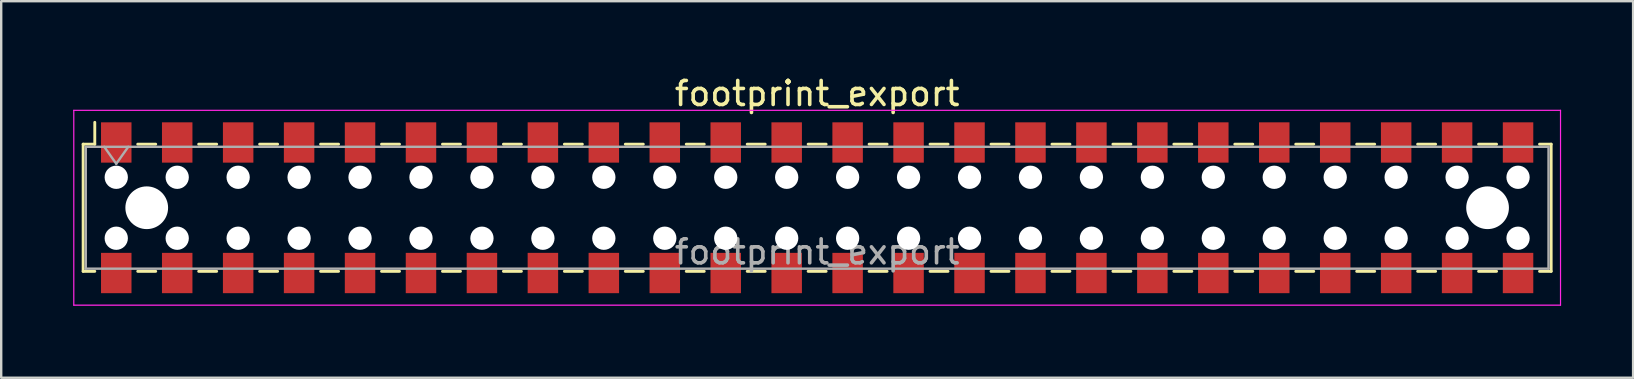
<source format=kicad_pcb>
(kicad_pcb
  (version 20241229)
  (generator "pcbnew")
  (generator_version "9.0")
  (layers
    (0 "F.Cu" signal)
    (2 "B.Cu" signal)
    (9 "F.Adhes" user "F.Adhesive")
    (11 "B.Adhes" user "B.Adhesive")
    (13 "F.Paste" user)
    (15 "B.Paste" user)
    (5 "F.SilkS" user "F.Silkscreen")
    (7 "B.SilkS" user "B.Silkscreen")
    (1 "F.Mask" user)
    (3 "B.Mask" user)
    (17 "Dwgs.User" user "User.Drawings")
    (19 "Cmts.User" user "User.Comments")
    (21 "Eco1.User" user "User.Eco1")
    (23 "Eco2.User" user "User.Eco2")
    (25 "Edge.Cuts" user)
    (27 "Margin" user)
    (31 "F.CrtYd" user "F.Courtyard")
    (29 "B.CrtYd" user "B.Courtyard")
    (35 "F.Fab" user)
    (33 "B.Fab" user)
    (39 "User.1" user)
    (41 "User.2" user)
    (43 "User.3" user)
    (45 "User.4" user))
  (footprint "footprint_export"
    (layer "F.Cu")
    (at 31.005 5.608)
    (property "Reference" "footprint_export" (at 0 -4.76 0) (layer "F.SilkS") (effects (font (size 1 1) (thickness 0.15))))
    (attr smd)
    (fp_line (start -30.59 -2.65) (end -30.59 2.65) (stroke (width 0.12) (type solid)) (layer "F.SilkS"))
    (fp_line (start -30.59 2.65) (end -30.105 2.65) (stroke (width 0.12) (type solid)) (layer "F.SilkS"))
    (fp_line (start -30.105 -3.56) (end -30.105 -2.65) (stroke (width 0.12) (type solid)) (layer "F.SilkS"))
    (fp_line (start -30.105 -2.65) (end -30.59 -2.65) (stroke (width 0.12) (type solid)) (layer "F.SilkS"))
    (fp_line (start -28.315 -2.65) (end -27.565 -2.65) (stroke (width 0.12) (type solid)) (layer "F.SilkS"))
    (fp_line (start -28.315 2.65) (end -27.565 2.65) (stroke (width 0.12) (type solid)) (layer "F.SilkS"))
    (fp_line (start -25.775 -2.65) (end -25.025 -2.65) (stroke (width 0.12) (type solid)) (layer "F.SilkS"))
    (fp_line (start -25.775 2.65) (end -25.025 2.65) (stroke (width 0.12) (type solid)) (layer "F.SilkS"))
    (fp_line (start -23.235 -2.65) (end -22.485 -2.65) (stroke (width 0.12) (type solid)) (layer "F.SilkS"))
    (fp_line (start -23.235 2.65) (end -22.485 2.65) (stroke (width 0.12) (type solid)) (layer "F.SilkS"))
    (fp_line (start -20.695 -2.65) (end -19.945 -2.65) (stroke (width 0.12) (type solid)) (layer "F.SilkS"))
    (fp_line (start -20.695 2.65) (end -19.945 2.65) (stroke (width 0.12) (type solid)) (layer "F.SilkS"))
    (fp_line (start -18.155 -2.65) (end -17.405 -2.65) (stroke (width 0.12) (type solid)) (layer "F.SilkS"))
    (fp_line (start -18.155 2.65) (end -17.405 2.65) (stroke (width 0.12) (type solid)) (layer "F.SilkS"))
    (fp_line (start -15.615 -2.65) (end -14.865 -2.65) (stroke (width 0.12) (type solid)) (layer "F.SilkS"))
    (fp_line (start -15.615 2.65) (end -14.865 2.65) (stroke (width 0.12) (type solid)) (layer "F.SilkS"))
    (fp_line (start -13.075 -2.65) (end -12.325 -2.65) (stroke (width 0.12) (type solid)) (layer "F.SilkS"))
    (fp_line (start -13.075 2.65) (end -12.325 2.65) (stroke (width 0.12) (type solid)) (layer "F.SilkS"))
    (fp_line (start -10.535 -2.65) (end -9.785 -2.65) (stroke (width 0.12) (type solid)) (layer "F.SilkS"))
    (fp_line (start -10.535 2.65) (end -9.785 2.65) (stroke (width 0.12) (type solid)) (layer "F.SilkS"))
    (fp_line (start -7.995 -2.65) (end -7.245 -2.65) (stroke (width 0.12) (type solid)) (layer "F.SilkS"))
    (fp_line (start -7.995 2.65) (end -7.245 2.65) (stroke (width 0.12) (type solid)) (layer "F.SilkS"))
    (fp_line (start -5.455 -2.65) (end -4.705 -2.65) (stroke (width 0.12) (type solid)) (layer "F.SilkS"))
    (fp_line (start -5.455 2.65) (end -4.705 2.65) (stroke (width 0.12) (type solid)) (layer "F.SilkS"))
    (fp_line (start -2.915 -2.65) (end -2.165 -2.65) (stroke (width 0.12) (type solid)) (layer "F.SilkS"))
    (fp_line (start -2.915 2.65) (end -2.165 2.65) (stroke (width 0.12) (type solid)) (layer "F.SilkS"))
    (fp_line (start -0.375 -2.65) (end 0.375 -2.65) (stroke (width 0.12) (type solid)) (layer "F.SilkS"))
    (fp_line (start -0.375 2.65) (end 0.375 2.65) (stroke (width 0.12) (type solid)) (layer "F.SilkS"))
    (fp_line (start 2.165 -2.65) (end 2.915 -2.65) (stroke (width 0.12) (type solid)) (layer "F.SilkS"))
    (fp_line (start 2.165 2.65) (end 2.915 2.65) (stroke (width 0.12) (type solid)) (layer "F.SilkS"))
    (fp_line (start 4.705 -2.65) (end 5.455 -2.65) (stroke (width 0.12) (type solid)) (layer "F.SilkS"))
    (fp_line (start 4.705 2.65) (end 5.455 2.65) (stroke (width 0.12) (type solid)) (layer "F.SilkS"))
    (fp_line (start 7.245 -2.65) (end 7.995 -2.65) (stroke (width 0.12) (type solid)) (layer "F.SilkS"))
    (fp_line (start 7.245 2.65) (end 7.995 2.65) (stroke (width 0.12) (type solid)) (layer "F.SilkS"))
    (fp_line (start 9.785 -2.65) (end 10.535 -2.65) (stroke (width 0.12) (type solid)) (layer "F.SilkS"))
    (fp_line (start 9.785 2.65) (end 10.535 2.65) (stroke (width 0.12) (type solid)) (layer "F.SilkS"))
    (fp_line (start 12.325 -2.65) (end 13.075 -2.65) (stroke (width 0.12) (type solid)) (layer "F.SilkS"))
    (fp_line (start 12.325 2.65) (end 13.075 2.65) (stroke (width 0.12) (type solid)) (layer "F.SilkS"))
    (fp_line (start 14.865 -2.65) (end 15.615 -2.65) (stroke (width 0.12) (type solid)) (layer "F.SilkS"))
    (fp_line (start 14.865 2.65) (end 15.615 2.65) (stroke (width 0.12) (type solid)) (layer "F.SilkS"))
    (fp_line (start 17.405 -2.65) (end 18.155 -2.65) (stroke (width 0.12) (type solid)) (layer "F.SilkS"))
    (fp_line (start 17.405 2.65) (end 18.155 2.65) (stroke (width 0.12) (type solid)) (layer "F.SilkS"))
    (fp_line (start 19.945 -2.65) (end 20.695 -2.65) (stroke (width 0.12) (type solid)) (layer "F.SilkS"))
    (fp_line (start 19.945 2.65) (end 20.695 2.65) (stroke (width 0.12) (type solid)) (layer "F.SilkS"))
    (fp_line (start 22.485 -2.65) (end 23.235 -2.65) (stroke (width 0.12) (type solid)) (layer "F.SilkS"))
    (fp_line (start 22.485 2.65) (end 23.235 2.65) (stroke (width 0.12) (type solid)) (layer "F.SilkS"))
    (fp_line (start 25.025 -2.65) (end 25.775 -2.65) (stroke (width 0.12) (type solid)) (layer "F.SilkS"))
    (fp_line (start 25.025 2.65) (end 25.775 2.65) (stroke (width 0.12) (type solid)) (layer "F.SilkS"))
    (fp_line (start 27.565 -2.65) (end 28.315 -2.65) (stroke (width 0.12) (type solid)) (layer "F.SilkS"))
    (fp_line (start 27.565 2.65) (end 28.315 2.65) (stroke (width 0.12) (type solid)) (layer "F.SilkS"))
    (fp_line (start 30.105 -2.65) (end 30.59 -2.65) (stroke (width 0.12) (type solid)) (layer "F.SilkS"))
    (fp_line (start 30.59 -2.65) (end 30.59 2.65) (stroke (width 0.12) (type solid)) (layer "F.SilkS"))
    (fp_line (start 30.59 2.65) (end 30.105 2.65) (stroke (width 0.12) (type solid)) (layer "F.SilkS"))
    (fp_line (start -30.98 -4.06) (end 30.98 -4.06) (stroke (width 0.05) (type solid)) (layer "F.CrtYd"))
    (fp_line (start -30.98 4.06) (end -30.98 -4.06) (stroke (width 0.05) (type solid)) (layer "F.CrtYd"))
    (fp_line (start 30.98 -4.06) (end 30.98 4.06) (stroke (width 0.05) (type solid)) (layer "F.CrtYd"))
    (fp_line (start 30.98 4.06) (end -30.98 4.06) (stroke (width 0.05) (type solid)) (layer "F.CrtYd"))
    (fp_line (start -30.48 -2.54) (end 30.48 -2.54) (stroke (width 0.1) (type solid)) (layer "F.Fab"))
    (fp_line (start -30.48 2.54) (end -30.48 -2.54) (stroke (width 0.1) (type solid)) (layer "F.Fab"))
    (fp_line (start -29.71 -2.54) (end -29.21 -1.833) (stroke (width 0.1) (type solid)) (layer "F.Fab"))
    (fp_line (start -29.21 -1.833) (end -28.71 -2.54) (stroke (width 0.1) (type solid)) (layer "F.Fab"))
    (fp_line (start 30.48 -2.54) (end 30.48 2.54) (stroke (width 0.1) (type solid)) (layer "F.Fab"))
    (fp_line (start 30.48 2.54) (end -30.48 2.54) (stroke (width 0.1) (type solid)) (layer "F.Fab"))
    (fp_text user "${REFERENCE}" (at 0 1.84 0) (layer "F.Fab") (effects (font (size 1 1) (thickness 0.15))))
    (pad "" np_thru_hole circle (at -29.21 -1.27) (size 0.97 0.97) (drill 0.97) (layers "*.Cu" "*.Mask"))
    (pad "" np_thru_hole circle (at -29.21 1.27) (size 0.97 0.97) (drill 0.97) (layers "*.Cu" "*.Mask"))
    (pad "" np_thru_hole circle (at -27.94 0) (size 1.78 1.78) (drill 1.78) (layers "*.Cu" "*.Mask"))
    (pad "" np_thru_hole circle (at -26.67 -1.27) (size 0.97 0.97) (drill 0.97) (layers "*.Cu" "*.Mask"))
    (pad "" np_thru_hole circle (at -26.67 1.27) (size 0.97 0.97) (drill 0.97) (layers "*.Cu" "*.Mask"))
    (pad "" np_thru_hole circle (at -24.13 -1.27) (size 0.97 0.97) (drill 0.97) (layers "*.Cu" "*.Mask"))
    (pad "" np_thru_hole circle (at -24.13 1.27) (size 0.97 0.97) (drill 0.97) (layers "*.Cu" "*.Mask"))
    (pad "" np_thru_hole circle (at -21.59 -1.27) (size 0.97 0.97) (drill 0.97) (layers "*.Cu" "*.Mask"))
    (pad "" np_thru_hole circle (at -21.59 1.27) (size 0.97 0.97) (drill 0.97) (layers "*.Cu" "*.Mask"))
    (pad "" np_thru_hole circle (at -19.05 -1.27) (size 0.97 0.97) (drill 0.97) (layers "*.Cu" "*.Mask"))
    (pad "" np_thru_hole circle (at -19.05 1.27) (size 0.97 0.97) (drill 0.97) (layers "*.Cu" "*.Mask"))
    (pad "" np_thru_hole circle (at -16.51 -1.27) (size 0.97 0.97) (drill 0.97) (layers "*.Cu" "*.Mask"))
    (pad "" np_thru_hole circle (at -16.51 1.27) (size 0.97 0.97) (drill 0.97) (layers "*.Cu" "*.Mask"))
    (pad "" np_thru_hole circle (at -13.97 -1.27) (size 0.97 0.97) (drill 0.97) (layers "*.Cu" "*.Mask"))
    (pad "" np_thru_hole circle (at -13.97 1.27) (size 0.97 0.97) (drill 0.97) (layers "*.Cu" "*.Mask"))
    (pad "" np_thru_hole circle (at -11.43 -1.27) (size 0.97 0.97) (drill 0.97) (layers "*.Cu" "*.Mask"))
    (pad "" np_thru_hole circle (at -11.43 1.27) (size 0.97 0.97) (drill 0.97) (layers "*.Cu" "*.Mask"))
    (pad "" np_thru_hole circle (at -8.89 -1.27) (size 0.97 0.97) (drill 0.97) (layers "*.Cu" "*.Mask"))
    (pad "" np_thru_hole circle (at -8.89 1.27) (size 0.97 0.97) (drill 0.97) (layers "*.Cu" "*.Mask"))
    (pad "" np_thru_hole circle (at -6.35 -1.27) (size 0.97 0.97) (drill 0.97) (layers "*.Cu" "*.Mask"))
    (pad "" np_thru_hole circle (at -6.35 1.27) (size 0.97 0.97) (drill 0.97) (layers "*.Cu" "*.Mask"))
    (pad "" np_thru_hole circle (at -3.81 -1.27) (size 0.97 0.97) (drill 0.97) (layers "*.Cu" "*.Mask"))
    (pad "" np_thru_hole circle (at -3.81 1.27) (size 0.97 0.97) (drill 0.97) (layers "*.Cu" "*.Mask"))
    (pad "" np_thru_hole circle (at -1.27 -1.27) (size 0.97 0.97) (drill 0.97) (layers "*.Cu" "*.Mask"))
    (pad "" np_thru_hole circle (at -1.27 1.27) (size 0.97 0.97) (drill 0.97) (layers "*.Cu" "*.Mask"))
    (pad "" np_thru_hole circle (at 1.27 -1.27) (size 0.97 0.97) (drill 0.97) (layers "*.Cu" "*.Mask"))
    (pad "" np_thru_hole circle (at 1.27 1.27) (size 0.97 0.97) (drill 0.97) (layers "*.Cu" "*.Mask"))
    (pad "" np_thru_hole circle (at 3.81 -1.27) (size 0.97 0.97) (drill 0.97) (layers "*.Cu" "*.Mask"))
    (pad "" np_thru_hole circle (at 3.81 1.27) (size 0.97 0.97) (drill 0.97) (layers "*.Cu" "*.Mask"))
    (pad "" np_thru_hole circle (at 6.35 -1.27) (size 0.97 0.97) (drill 0.97) (layers "*.Cu" "*.Mask"))
    (pad "" np_thru_hole circle (at 6.35 1.27) (size 0.97 0.97) (drill 0.97) (layers "*.Cu" "*.Mask"))
    (pad "" np_thru_hole circle (at 8.89 -1.27) (size 0.97 0.97) (drill 0.97) (layers "*.Cu" "*.Mask"))
    (pad "" np_thru_hole circle (at 8.89 1.27) (size 0.97 0.97) (drill 0.97) (layers "*.Cu" "*.Mask"))
    (pad "" np_thru_hole circle (at 11.43 -1.27) (size 0.97 0.97) (drill 0.97) (layers "*.Cu" "*.Mask"))
    (pad "" np_thru_hole circle (at 11.43 1.27) (size 0.97 0.97) (drill 0.97) (layers "*.Cu" "*.Mask"))
    (pad "" np_thru_hole circle (at 13.97 -1.27) (size 0.97 0.97) (drill 0.97) (layers "*.Cu" "*.Mask"))
    (pad "" np_thru_hole circle (at 13.97 1.27) (size 0.97 0.97) (drill 0.97) (layers "*.Cu" "*.Mask"))
    (pad "" np_thru_hole circle (at 16.51 -1.27) (size 0.97 0.97) (drill 0.97) (layers "*.Cu" "*.Mask"))
    (pad "" np_thru_hole circle (at 16.51 1.27) (size 0.97 0.97) (drill 0.97) (layers "*.Cu" "*.Mask"))
    (pad "" np_thru_hole circle (at 19.05 -1.27) (size 0.97 0.97) (drill 0.97) (layers "*.Cu" "*.Mask"))
    (pad "" np_thru_hole circle (at 19.05 1.27) (size 0.97 0.97) (drill 0.97) (layers "*.Cu" "*.Mask"))
    (pad "" np_thru_hole circle (at 21.59 -1.27) (size 0.97 0.97) (drill 0.97) (layers "*.Cu" "*.Mask"))
    (pad "" np_thru_hole circle (at 21.59 1.27) (size 0.97 0.97) (drill 0.97) (layers "*.Cu" "*.Mask"))
    (pad "" np_thru_hole circle (at 24.13 -1.27) (size 0.97 0.97) (drill 0.97) (layers "*.Cu" "*.Mask"))
    (pad "" np_thru_hole circle (at 24.13 1.27) (size 0.97 0.97) (drill 0.97) (layers "*.Cu" "*.Mask"))
    (pad "" np_thru_hole circle (at 26.67 -1.27) (size 0.97 0.97) (drill 0.97) (layers "*.Cu" "*.Mask"))
    (pad "" np_thru_hole circle (at 26.67 1.27) (size 0.97 0.97) (drill 0.97) (layers "*.Cu" "*.Mask"))
    (pad "" np_thru_hole circle (at 27.94 0) (size 1.78 1.78) (drill 1.78) (layers "*.Cu" "*.Mask"))
    (pad "" np_thru_hole circle (at 29.21 -1.27) (size 0.97 0.97) (drill 0.97) (layers "*.Cu" "*.Mask"))
    (pad "" np_thru_hole circle (at 29.21 1.27) (size 0.97 0.97) (drill 0.97) (layers "*.Cu" "*.Mask"))
    (pad "1" smd rect (at -29.21 -2.72) (size 1.27 1.68) (layers "F.Cu" "F.Mask" "F.Paste"))
    (pad "2" smd rect (at -29.21 2.72) (size 1.27 1.68) (layers "F.Cu" "F.Mask" "F.Paste"))
    (pad "3" smd rect (at -26.67 -2.72) (size 1.27 1.68) (layers "F.Cu" "F.Mask" "F.Paste"))
    (pad "4" smd rect (at -26.67 2.72) (size 1.27 1.68) (layers "F.Cu" "F.Mask" "F.Paste"))
    (pad "5" smd rect (at -24.13 -2.72) (size 1.27 1.68) (layers "F.Cu" "F.Mask" "F.Paste"))
    (pad "6" smd rect (at -24.13 2.72) (size 1.27 1.68) (layers "F.Cu" "F.Mask" "F.Paste"))
    (pad "7" smd rect (at -21.59 -2.72) (size 1.27 1.68) (layers "F.Cu" "F.Mask" "F.Paste"))
    (pad "8" smd rect (at -21.59 2.72) (size 1.27 1.68) (layers "F.Cu" "F.Mask" "F.Paste"))
    (pad "9" smd rect (at -19.05 -2.72) (size 1.27 1.68) (layers "F.Cu" "F.Mask" "F.Paste"))
    (pad "10" smd rect (at -19.05 2.72) (size 1.27 1.68) (layers "F.Cu" "F.Mask" "F.Paste"))
    (pad "11" smd rect (at -16.51 -2.72) (size 1.27 1.68) (layers "F.Cu" "F.Mask" "F.Paste"))
    (pad "12" smd rect (at -16.51 2.72) (size 1.27 1.68) (layers "F.Cu" "F.Mask" "F.Paste"))
    (pad "13" smd rect (at -13.97 -2.72) (size 1.27 1.68) (layers "F.Cu" "F.Mask" "F.Paste"))
    (pad "14" smd rect (at -13.97 2.72) (size 1.27 1.68) (layers "F.Cu" "F.Mask" "F.Paste"))
    (pad "15" smd rect (at -11.43 -2.72) (size 1.27 1.68) (layers "F.Cu" "F.Mask" "F.Paste"))
    (pad "16" smd rect (at -11.43 2.72) (size 1.27 1.68) (layers "F.Cu" "F.Mask" "F.Paste"))
    (pad "17" smd rect (at -8.89 -2.72) (size 1.27 1.68) (layers "F.Cu" "F.Mask" "F.Paste"))
    (pad "18" smd rect (at -8.89 2.72) (size 1.27 1.68) (layers "F.Cu" "F.Mask" "F.Paste"))
    (pad "19" smd rect (at -6.35 -2.72) (size 1.27 1.68) (layers "F.Cu" "F.Mask" "F.Paste"))
    (pad "20" smd rect (at -6.35 2.72) (size 1.27 1.68) (layers "F.Cu" "F.Mask" "F.Paste"))
    (pad "21" smd rect (at -3.81 -2.72) (size 1.27 1.68) (layers "F.Cu" "F.Mask" "F.Paste"))
    (pad "22" smd rect (at -3.81 2.72) (size 1.27 1.68) (layers "F.Cu" "F.Mask" "F.Paste"))
    (pad "23" smd rect (at -1.27 -2.72) (size 1.27 1.68) (layers "F.Cu" "F.Mask" "F.Paste"))
    (pad "24" smd rect (at -1.27 2.72) (size 1.27 1.68) (layers "F.Cu" "F.Mask" "F.Paste"))
    (pad "25" smd rect (at 1.27 -2.72) (size 1.27 1.68) (layers "F.Cu" "F.Mask" "F.Paste"))
    (pad "26" smd rect (at 1.27 2.72) (size 1.27 1.68) (layers "F.Cu" "F.Mask" "F.Paste"))
    (pad "27" smd rect (at 3.81 -2.72) (size 1.27 1.68) (layers "F.Cu" "F.Mask" "F.Paste"))
    (pad "28" smd rect (at 3.81 2.72) (size 1.27 1.68) (layers "F.Cu" "F.Mask" "F.Paste"))
    (pad "29" smd rect (at 6.35 -2.72) (size 1.27 1.68) (layers "F.Cu" "F.Mask" "F.Paste"))
    (pad "30" smd rect (at 6.35 2.72) (size 1.27 1.68) (layers "F.Cu" "F.Mask" "F.Paste"))
    (pad "31" smd rect (at 8.89 -2.72) (size 1.27 1.68) (layers "F.Cu" "F.Mask" "F.Paste"))
    (pad "32" smd rect (at 8.89 2.72) (size 1.27 1.68) (layers "F.Cu" "F.Mask" "F.Paste"))
    (pad "33" smd rect (at 11.43 -2.72) (size 1.27 1.68) (layers "F.Cu" "F.Mask" "F.Paste"))
    (pad "34" smd rect (at 11.43 2.72) (size 1.27 1.68) (layers "F.Cu" "F.Mask" "F.Paste"))
    (pad "35" smd rect (at 13.97 -2.72) (size 1.27 1.68) (layers "F.Cu" "F.Mask" "F.Paste"))
    (pad "36" smd rect (at 13.97 2.72) (size 1.27 1.68) (layers "F.Cu" "F.Mask" "F.Paste"))
    (pad "37" smd rect (at 16.51 -2.72) (size 1.27 1.68) (layers "F.Cu" "F.Mask" "F.Paste"))
    (pad "38" smd rect (at 16.51 2.72) (size 1.27 1.68) (layers "F.Cu" "F.Mask" "F.Paste"))
    (pad "39" smd rect (at 19.05 -2.72) (size 1.27 1.68) (layers "F.Cu" "F.Mask" "F.Paste"))
    (pad "40" smd rect (at 19.05 2.72) (size 1.27 1.68) (layers "F.Cu" "F.Mask" "F.Paste"))
    (pad "41" smd rect (at 21.59 -2.72) (size 1.27 1.68) (layers "F.Cu" "F.Mask" "F.Paste"))
    (pad "42" smd rect (at 21.59 2.72) (size 1.27 1.68) (layers "F.Cu" "F.Mask" "F.Paste"))
    (pad "43" smd rect (at 24.13 -2.72) (size 1.27 1.68) (layers "F.Cu" "F.Mask" "F.Paste"))
    (pad "44" smd rect (at 24.13 2.72) (size 1.27 1.68) (layers "F.Cu" "F.Mask" "F.Paste"))
    (pad "45" smd rect (at 26.67 -2.72) (size 1.27 1.68) (layers "F.Cu" "F.Mask" "F.Paste"))
    (pad "46" smd rect (at 26.67 2.72) (size 1.27 1.68) (layers "F.Cu" "F.Mask" "F.Paste"))
    (pad "47" smd rect (at 29.21 -2.72) (size 1.27 1.68) (layers "F.Cu" "F.Mask" "F.Paste"))
    (pad "48" smd rect (at 29.21 2.72) (size 1.27 1.68) (layers "F.Cu" "F.Mask" "F.Paste")))
  (gr_rect
    (start -3 -3)
    (end 65.01 12.693)
    (stroke (width 0.1) (type default))
    (fill no)
    (layer "Edge.Cuts")))
</source>
